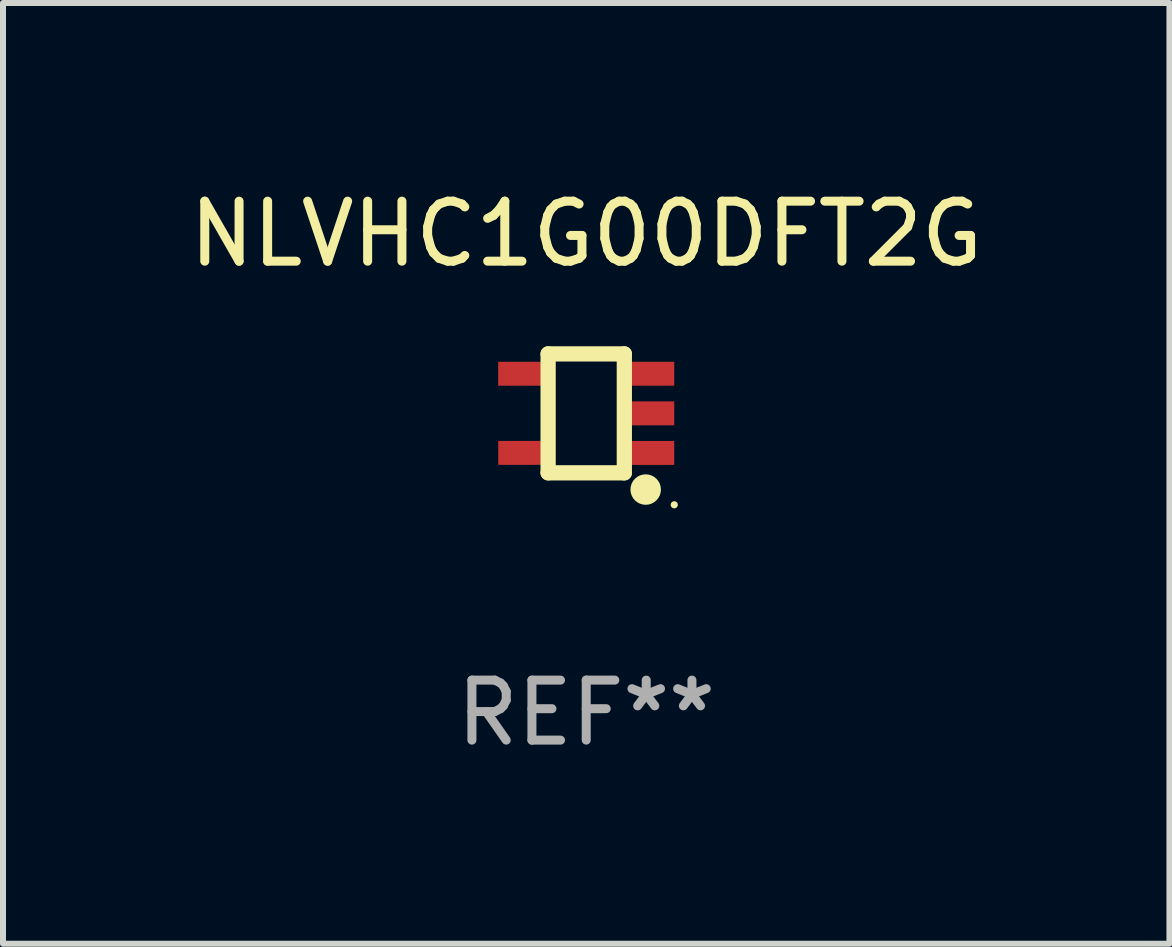
<source format=kicad_pcb>
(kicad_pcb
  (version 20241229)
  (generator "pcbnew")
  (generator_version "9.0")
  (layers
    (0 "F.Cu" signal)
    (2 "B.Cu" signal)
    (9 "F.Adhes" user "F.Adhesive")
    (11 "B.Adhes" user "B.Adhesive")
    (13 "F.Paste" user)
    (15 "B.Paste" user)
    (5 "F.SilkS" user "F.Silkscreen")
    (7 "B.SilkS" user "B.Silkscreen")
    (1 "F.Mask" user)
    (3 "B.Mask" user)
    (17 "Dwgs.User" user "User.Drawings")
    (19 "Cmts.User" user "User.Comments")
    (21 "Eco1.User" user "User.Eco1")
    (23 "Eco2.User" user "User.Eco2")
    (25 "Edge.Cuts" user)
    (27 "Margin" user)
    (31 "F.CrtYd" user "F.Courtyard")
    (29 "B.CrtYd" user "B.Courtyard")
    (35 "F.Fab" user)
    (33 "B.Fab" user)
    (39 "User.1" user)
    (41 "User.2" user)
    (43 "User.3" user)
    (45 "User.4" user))
  (footprint "NLVHC1G00DFT2G"
    (layer "F.Cu")
    (at 6.72 3.839)
    (property "Reference" "NLVHC1G00DFT2G" (at 0 -2.991 0) (layer "F.SilkS") (effects (font (size 1 1) (thickness 0.15))))
    (attr through_hole)
    (fp_line (start -0.635 -0.991) (end 0.635 -0.991) (stroke (width 0.254) (type solid)) (layer "F.SilkS"))
    (fp_line (start -0.635 0.991) (end -0.635 -0.991) (stroke (width 0.254) (type solid)) (layer "F.SilkS"))
    (fp_line (start 0.635 -0.991) (end 0.635 0.991) (stroke (width 0.254) (type solid)) (layer "F.SilkS"))
    (fp_line (start 0.635 0.991) (end -0.635 0.991) (stroke (width 0.254) (type solid)) (layer "F.SilkS"))
    (fp_circle (center 0.991 1.27) (end 1.118 1.27) (stroke (width 0.254) (type solid)) (fill no) (layer "F.SilkS"))
    (fp_circle (center 1.467 1.524) (end 1.497 1.524) (stroke (width 0.06) (type solid)) (fill no) (layer "F.SilkS"))
    (fp_text user "REF**" (at 0 4.991 0) (layer "F.Fab") (effects (font (size 1 1) (thickness 0.15))))
    (pad "1" smd rect (at 1.067 0.66 180) (size 0.8 0.399) (layers "F.Cu" "F.Mask" "F.Paste"))
    (pad "2" smd rect (at 1.067 0 180) (size 0.8 0.399) (layers "F.Cu" "F.Mask" "F.Paste"))
    (pad "3" smd rect (at 1.067 -0.66 180) (size 0.8 0.399) (layers "F.Cu" "F.Mask" "F.Paste"))
    (pad "4" smd rect (at -1.067 -0.66 180) (size 0.8 0.399) (layers "F.Cu" "F.Mask" "F.Paste"))
    (pad "5" smd rect (at -1.066 0.659 180) (size 0.8 0.399) (layers "F.Cu" "F.Mask" "F.Paste")))
  (gr_rect
    (start -3 -3)
    (end 16.44 12.678)
    (stroke (width 0.1) (type default))
    (fill no)
    (layer "Edge.Cuts")))
</source>
